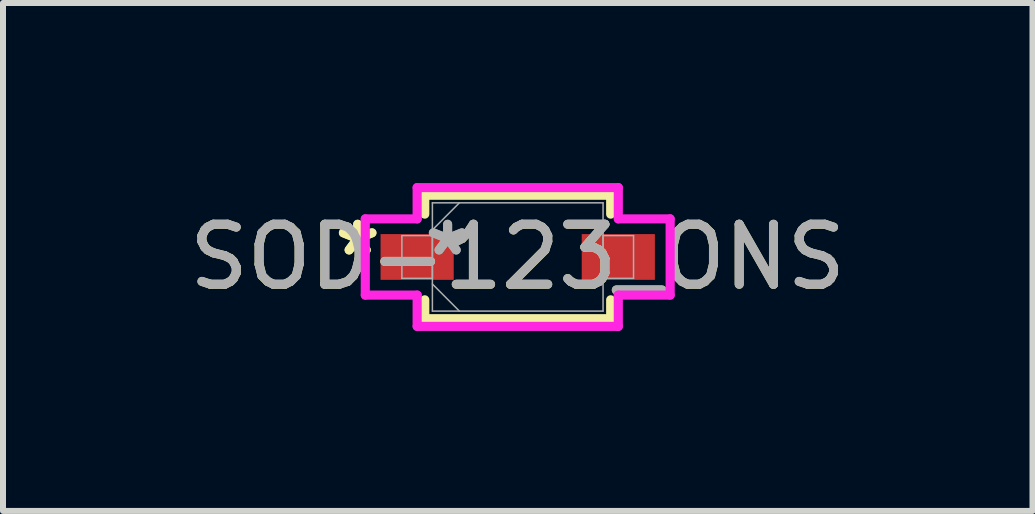
<source format=kicad_pcb>
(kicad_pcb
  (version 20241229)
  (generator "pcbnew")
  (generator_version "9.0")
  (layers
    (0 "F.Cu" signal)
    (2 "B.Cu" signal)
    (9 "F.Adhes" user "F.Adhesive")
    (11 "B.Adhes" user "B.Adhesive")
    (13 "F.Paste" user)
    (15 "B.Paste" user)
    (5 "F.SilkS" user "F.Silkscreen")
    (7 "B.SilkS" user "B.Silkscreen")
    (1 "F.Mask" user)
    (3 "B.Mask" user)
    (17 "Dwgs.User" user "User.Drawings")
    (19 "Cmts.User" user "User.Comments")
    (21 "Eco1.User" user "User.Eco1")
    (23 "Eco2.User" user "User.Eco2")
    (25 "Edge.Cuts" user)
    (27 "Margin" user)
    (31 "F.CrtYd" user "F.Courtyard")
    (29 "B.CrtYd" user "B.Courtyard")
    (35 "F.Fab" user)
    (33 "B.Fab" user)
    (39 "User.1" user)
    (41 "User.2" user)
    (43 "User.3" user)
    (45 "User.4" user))
  (footprint "SOD-123_ONS"
    (layer "F.Cu")
    (at 5.577 1.232)
    (property "Reference" "SOD-123_ONS" (at 0 0 0) (unlocked yes) (layer "F.SilkS") (effects (font (size 1 1) (thickness 0.15))))
    (attr smd)
    (fp_line (start -1.549 -1.029) (end -1.549 -0.714) (stroke (width 0.152) (type solid)) (layer "F.SilkS"))
    (fp_line (start -1.549 0.714) (end -1.549 1.029) (stroke (width 0.152) (type solid)) (layer "F.SilkS"))
    (fp_line (start -1.549 1.029) (end 1.549 1.029) (stroke (width 0.152) (type solid)) (layer "F.SilkS"))
    (fp_line (start 1.549 -1.029) (end -1.549 -1.029) (stroke (width 0.152) (type solid)) (layer "F.SilkS"))
    (fp_line (start 1.549 -0.714) (end 1.549 -1.029) (stroke (width 0.152) (type solid)) (layer "F.SilkS"))
    (fp_line (start 1.549 1.029) (end 1.549 0.714) (stroke (width 0.152) (type solid)) (layer "F.SilkS"))
    (fp_line (start -2.54 -0.635) (end -1.676 -0.635) (stroke (width 0.152) (type solid)) (layer "F.CrtYd"))
    (fp_line (start -2.54 0.635) (end -2.54 -0.635) (stroke (width 0.152) (type solid)) (layer "F.CrtYd"))
    (fp_line (start -1.676 -1.156) (end 1.676 -1.156) (stroke (width 0.152) (type solid)) (layer "F.CrtYd"))
    (fp_line (start -1.676 -0.635) (end -1.676 -1.156) (stroke (width 0.152) (type solid)) (layer "F.CrtYd"))
    (fp_line (start -1.676 0.635) (end -2.54 0.635) (stroke (width 0.152) (type solid)) (layer "F.CrtYd"))
    (fp_line (start -1.676 1.156) (end -1.676 0.635) (stroke (width 0.152) (type solid)) (layer "F.CrtYd"))
    (fp_line (start 1.676 -1.156) (end 1.676 -0.635) (stroke (width 0.152) (type solid)) (layer "F.CrtYd"))
    (fp_line (start 1.676 -0.635) (end 2.54 -0.635) (stroke (width 0.152) (type solid)) (layer "F.CrtYd"))
    (fp_line (start 1.676 0.635) (end 1.676 1.156) (stroke (width 0.152) (type solid)) (layer "F.CrtYd"))
    (fp_line (start 1.676 1.156) (end -1.676 1.156) (stroke (width 0.152) (type solid)) (layer "F.CrtYd"))
    (fp_line (start 2.54 -0.635) (end 2.54 0.635) (stroke (width 0.152) (type solid)) (layer "F.CrtYd"))
    (fp_line (start 2.54 0.635) (end 1.676 0.635) (stroke (width 0.152) (type solid)) (layer "F.CrtYd"))
    (fp_line (start -1.93 -0.356) (end -1.93 0.356) (stroke (width 0.025) (type solid)) (layer "F.Fab"))
    (fp_line (start -1.93 0.356) (end -1.422 0.356) (stroke (width 0.025) (type solid)) (layer "F.Fab"))
    (fp_line (start -1.422 -0.902) (end -1.422 0.902) (stroke (width 0.025) (type solid)) (layer "F.Fab"))
    (fp_line (start -1.422 -0.451) (end -0.972 -0.902) (stroke (width 0.025) (type solid)) (layer "F.Fab"))
    (fp_line (start -1.422 -0.356) (end -1.93 -0.356) (stroke (width 0.025) (type solid)) (layer "F.Fab"))
    (fp_line (start -1.422 0.356) (end -1.422 -0.356) (stroke (width 0.025) (type solid)) (layer "F.Fab"))
    (fp_line (start -1.422 0.451) (end -0.972 0.902) (stroke (width 0.025) (type solid)) (layer "F.Fab"))
    (fp_line (start -1.422 0.902) (end 1.422 0.902) (stroke (width 0.025) (type solid)) (layer "F.Fab"))
    (fp_line (start 1.422 -0.902) (end -1.422 -0.902) (stroke (width 0.025) (type solid)) (layer "F.Fab"))
    (fp_line (start 1.422 -0.356) (end 1.422 0.356) (stroke (width 0.025) (type solid)) (layer "F.Fab"))
    (fp_line (start 1.422 0.356) (end 1.93 0.356) (stroke (width 0.025) (type solid)) (layer "F.Fab"))
    (fp_line (start 1.422 0.902) (end 1.422 -0.902) (stroke (width 0.025) (type solid)) (layer "F.Fab"))
    (fp_line (start 1.93 -0.356) (end 1.422 -0.356) (stroke (width 0.025) (type solid)) (layer "F.Fab"))
    (fp_line (start 1.93 0.356) (end 1.93 -0.356) (stroke (width 0.025) (type solid)) (layer "F.Fab"))
    (fp_text user "*" (at -2.667 0 0) (layer "F.SilkS") (effects (font (size 1 1) (thickness 0.15))))
    (fp_text user "*" (at -2.667 0 0) (unlocked yes) (layer "F.SilkS") (effects (font (size 1 1) (thickness 0.15))))
    (fp_text user "*" (at -1.168 0 0) (layer "F.Fab") (effects (font (size 1 1) (thickness 0.15))))
    (fp_text user "${REFERENCE}" (at 0 0 0) (unlocked yes) (layer "F.Fab") (effects (font (size 1 1) (thickness 0.15))))
    (fp_text user "*" (at -1.168 0 0) (unlocked yes) (layer "F.Fab") (effects (font (size 1 1) (thickness 0.15))))
    (pad "1" smd rect (at -1.676 0) (size 1.219 0.762) (layers "F.Cu" "F.Mask" "F.Paste"))
    (pad "2" smd rect (at 1.676 0) (size 1.219 0.762) (layers "F.Cu" "F.Mask" "F.Paste")))
  (gr_rect
    (start -3 -3)
    (end 14.155 5.464)
    (stroke (width 0.1) (type default))
    (fill no)
    (layer "Edge.Cuts")))
</source>
